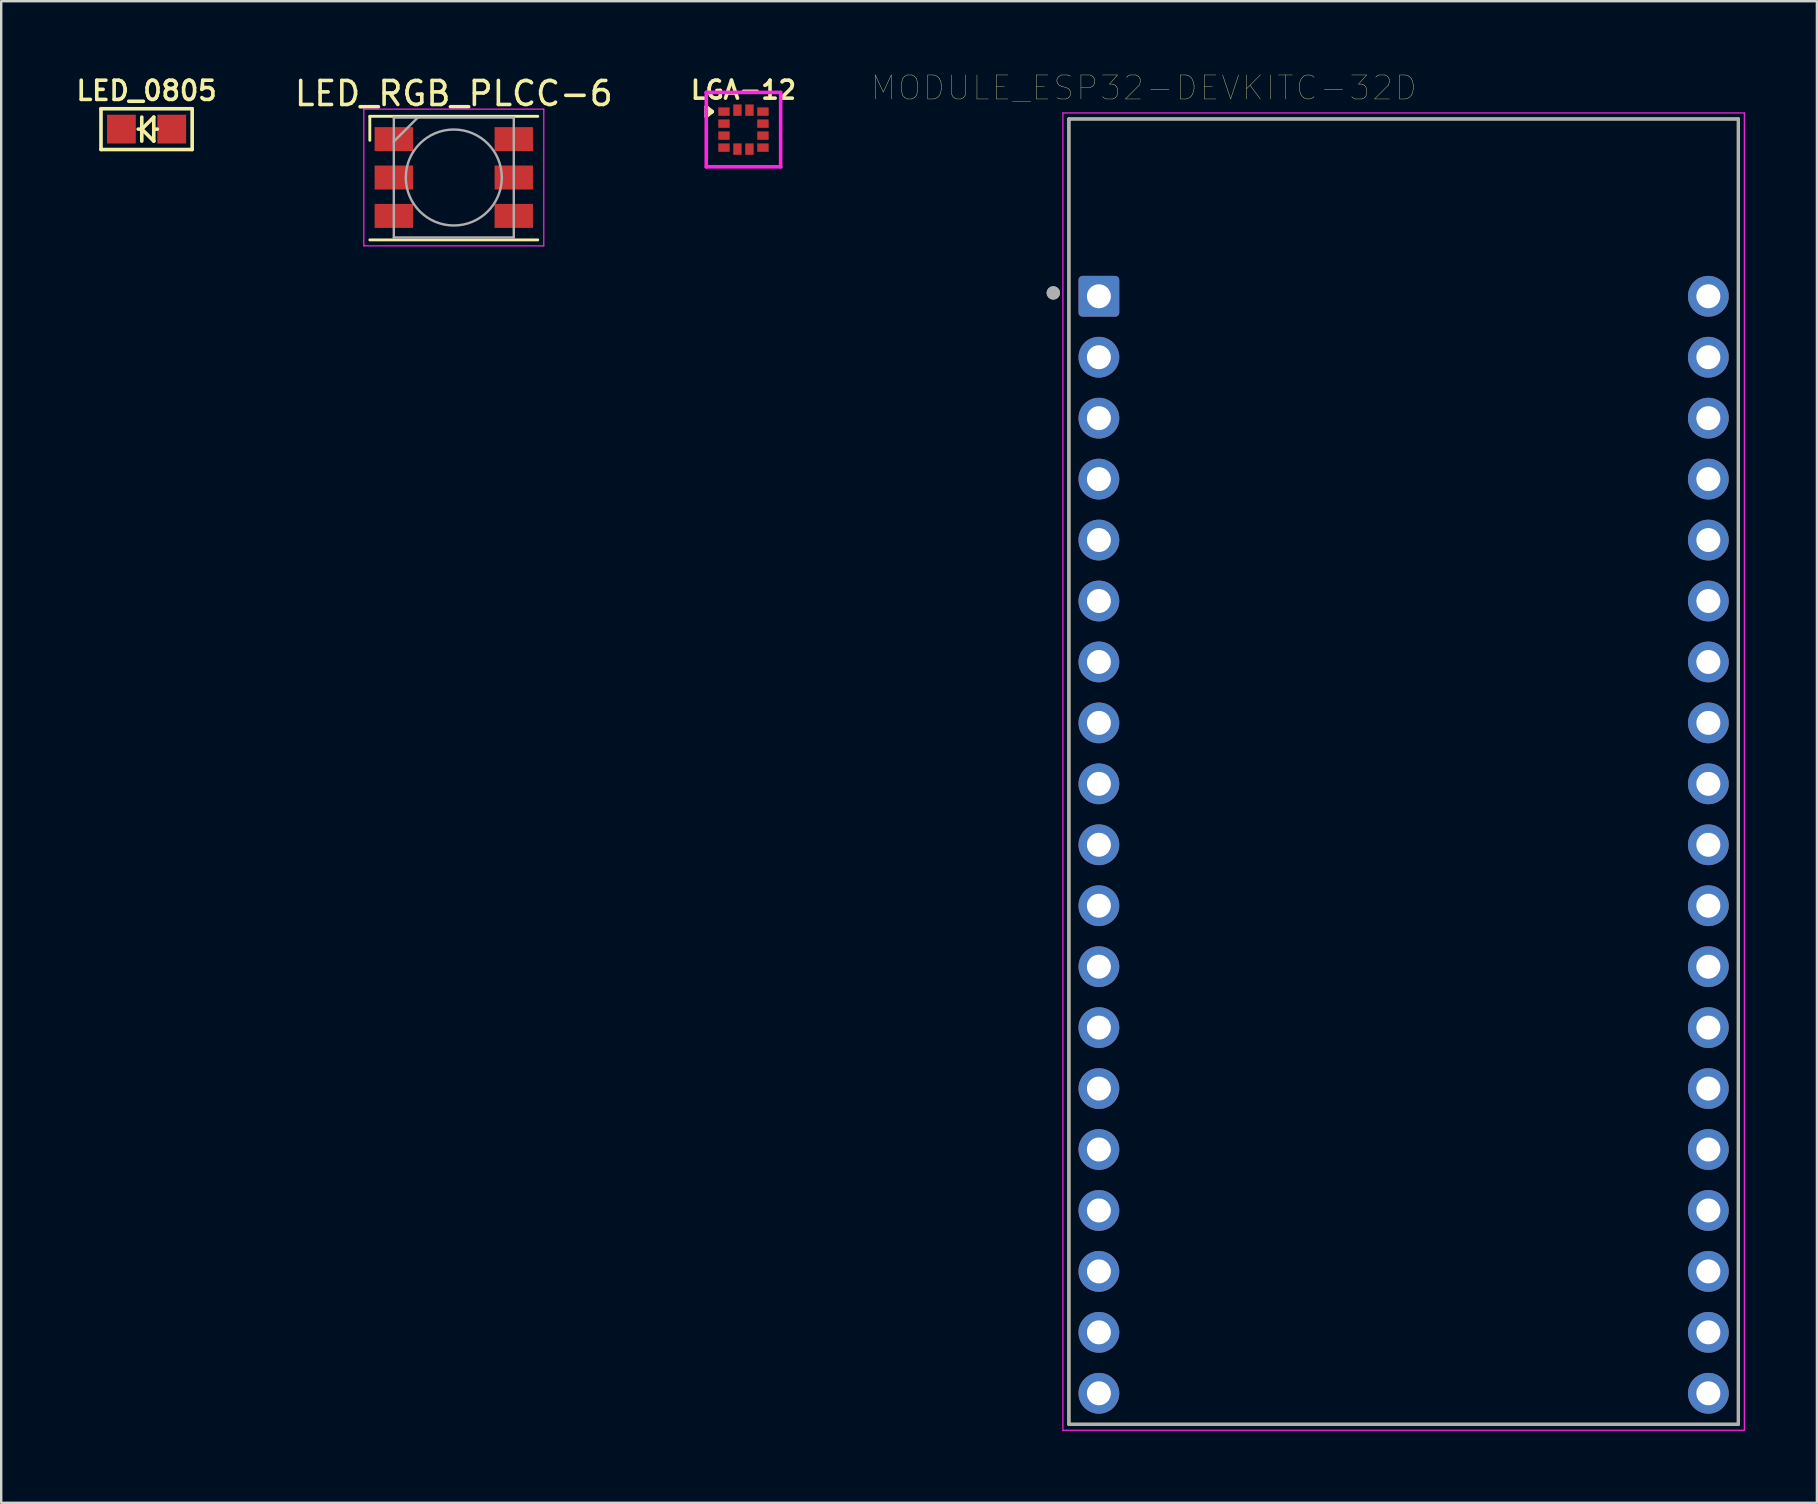
<source format=kicad_pcb>
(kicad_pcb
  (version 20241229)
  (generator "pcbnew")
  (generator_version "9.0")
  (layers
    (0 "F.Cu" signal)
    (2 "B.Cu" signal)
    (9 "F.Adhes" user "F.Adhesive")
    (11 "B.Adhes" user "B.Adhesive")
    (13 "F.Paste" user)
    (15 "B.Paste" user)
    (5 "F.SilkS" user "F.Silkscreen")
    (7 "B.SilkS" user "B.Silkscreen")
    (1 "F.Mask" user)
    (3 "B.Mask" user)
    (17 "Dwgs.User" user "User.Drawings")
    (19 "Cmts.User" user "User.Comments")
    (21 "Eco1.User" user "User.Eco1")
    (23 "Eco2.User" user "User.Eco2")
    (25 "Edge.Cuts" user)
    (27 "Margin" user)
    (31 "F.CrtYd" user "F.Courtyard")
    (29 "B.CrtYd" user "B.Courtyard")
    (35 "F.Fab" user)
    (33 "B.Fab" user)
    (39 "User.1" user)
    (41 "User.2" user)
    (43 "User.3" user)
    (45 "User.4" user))
  (footprint "LGA-12"
    (layer "F.Cu")
    (at 27.935 2.352)
    (property "Reference" "LGA-12" (at 0 -1.65 0) (layer "F.SilkS") (effects (font (size 0.75 0.75) (thickness 0.15))))
    (attr through_hole)
    (fp_line (start -1.55 -0.95) (end -1.3 -0.75) (stroke (width 0.15) (type solid)) (layer "F.SilkS"))
    (fp_line (start -1.55 -0.55) (end -1.55 -0.95) (stroke (width 0.15) (type solid)) (layer "F.SilkS"))
    (fp_line (start -1.3 -0.75) (end -1.55 -0.75) (stroke (width 0.15) (type solid)) (layer "F.SilkS"))
    (fp_line (start -1.3 -0.75) (end -1.55 -0.55) (stroke (width 0.15) (type solid)) (layer "F.SilkS"))
    (fp_line (start -1 -1) (end 1 -1) (stroke (width 0.05) (type solid)) (layer "Eco1.User"))
    (fp_line (start -1 1) (end -1 -1) (stroke (width 0.05) (type solid)) (layer "Eco1.User"))
    (fp_line (start 1 -1) (end 1 1) (stroke (width 0.05) (type solid)) (layer "Eco1.User"))
    (fp_line (start 1 1) (end -1 1) (stroke (width 0.05) (type solid)) (layer "Eco1.User"))
    (fp_line (start -1.55 -1.55) (end 1.55 -1.55) (stroke (width 0.15) (type solid)) (layer "F.CrtYd"))
    (fp_line (start -1.55 1.55) (end -1.55 -1.55) (stroke (width 0.15) (type solid)) (layer "F.CrtYd"))
    (fp_line (start 1.55 -1.55) (end 1.55 1.55) (stroke (width 0.15) (type solid)) (layer "F.CrtYd"))
    (fp_line (start 1.55 1.55) (end -1.55 1.55) (stroke (width 0.15) (type solid)) (layer "F.CrtYd"))
    (pad "1" smd rect (at -0.812 -0.75) (size 0.475 0.35) (layers "F.Cu" "F.Mask" "F.Paste"))
    (pad "2" smd rect (at -0.812 -0.25) (size 0.475 0.35) (layers "F.Cu" "F.Mask" "F.Paste"))
    (pad "3" smd rect (at -0.812 0.25) (size 0.475 0.35) (layers "F.Cu" "F.Mask" "F.Paste"))
    (pad "4" smd rect (at -0.812 0.75) (size 0.475 0.35) (layers "F.Cu" "F.Mask" "F.Paste"))
    (pad "5" smd rect (at -0.25 0.812) (size 0.35 0.475) (layers "F.Cu" "F.Mask" "F.Paste"))
    (pad "6" smd rect (at 0.25 0.812) (size 0.35 0.475) (layers "F.Cu" "F.Mask" "F.Paste"))
    (pad "7" smd rect (at 0.812 0.75) (size 0.475 0.35) (layers "F.Cu" "F.Mask" "F.Paste"))
    (pad "8" smd rect (at 0.812 0.25) (size 0.475 0.35) (layers "F.Cu" "F.Mask" "F.Paste"))
    (pad "9" smd rect (at 0.812 -0.25) (size 0.475 0.35) (layers "F.Cu" "F.Mask" "F.Paste"))
    (pad "10" smd rect (at 0.812 -0.75) (size 0.475 0.35) (layers "F.Cu" "F.Mask" "F.Paste"))
    (pad "11" smd rect (at 0.25 -0.812) (size 0.35 0.475) (layers "F.Cu" "F.Mask" "F.Paste"))
    (pad "12" smd rect (at -0.25 -0.812) (size 0.35 0.475) (layers "F.Cu" "F.Mask" "F.Paste")))
  (footprint "LED_0805"
    (layer "F.Cu")
    (at 3.059 2.331)
    (property "Reference" "LED_0805" (at 0 -1.6 0) (layer "F.SilkS") (effects (font (size 0.8 0.8) (thickness 0.15))))
    (attr smd)
    (fp_line (start -1.9 -0.85) (end -1.9 0.85) (stroke (width 0.15) (type solid)) (layer "F.SilkS"))
    (fp_line (start -1.9 0.85) (end 1.9 0.85) (stroke (width 0.15) (type solid)) (layer "F.SilkS"))
    (fp_line (start -0.2 0) (end -0.35 0) (stroke (width 0.15) (type solid)) (layer "F.SilkS"))
    (fp_line (start -0.2 0) (end 0.3 0.5) (stroke (width 0.15) (type solid)) (layer "F.SilkS"))
    (fp_line (start -0.2 0.5) (end -0.2 -0.5) (stroke (width 0.15) (type solid)) (layer "F.SilkS"))
    (fp_line (start 0.3 -0.5) (end -0.2 0) (stroke (width 0.15) (type solid)) (layer "F.SilkS"))
    (fp_line (start 0.3 0.5) (end 0.3 -0.5) (stroke (width 0.15) (type solid)) (layer "F.SilkS"))
    (fp_line (start 0.45 0) (end 0.3 0) (stroke (width 0.15) (type solid)) (layer "F.SilkS"))
    (fp_line (start 1.9 -0.85) (end -1.9 -0.85) (stroke (width 0.15) (type solid)) (layer "F.SilkS"))
    (fp_line (start 1.9 0.85) (end 1.9 -0.85) (stroke (width 0.15) (type solid)) (layer "F.SilkS"))
    (pad "1" smd rect (at 1.049 0) (size 1.199 1.199) (layers "F.Cu" "F.Mask" "F.Paste"))
    (pad "2" smd rect (at -1.049 0) (size 1.199 1.199) (layers "F.Cu" "F.Mask" "F.Paste")))
  (footprint "MODULE_ESP32-DEVKITC-32D"
    (layer "F.Cu")
    (at 55.448 29.058)
    (property "Reference" "MODULE_ESP32-DEVKITC-32D" (at -10.829 -28.446 0) (layer "F.SilkS") (effects (font (size 1 1) (thickness 0.015))))
    (attr through_hole)
    (fp_line (start -13.95 -27.15) (end 13.95 -27.15) (stroke (width 0.127) (type solid)) (layer "F.SilkS"))
    (fp_line (start -13.95 27.25) (end -13.95 -27.15) (stroke (width 0.127) (type solid)) (layer "F.SilkS"))
    (fp_line (start 13.95 -27.15) (end 13.95 27.25) (stroke (width 0.127) (type solid)) (layer "F.SilkS"))
    (fp_line (start 13.95 27.25) (end -13.95 27.25) (stroke (width 0.127) (type solid)) (layer "F.SilkS"))
    (fp_line (start -14.2 -27.4) (end 14.2 -27.4) (stroke (width 0.05) (type solid)) (layer "F.CrtYd"))
    (fp_line (start -14.2 27.5) (end -14.2 -27.4) (stroke (width 0.05) (type solid)) (layer "F.CrtYd"))
    (fp_line (start 14.2 -27.4) (end 14.2 27.5) (stroke (width 0.05) (type solid)) (layer "F.CrtYd"))
    (fp_line (start 14.2 27.5) (end -14.2 27.5) (stroke (width 0.05) (type solid)) (layer "F.CrtYd"))
    (fp_line (start -13.95 -27.15) (end 13.95 -27.15) (stroke (width 0.127) (type solid)) (layer "F.Fab"))
    (fp_line (start -13.95 27.25) (end -13.95 -27.15) (stroke (width 0.127) (type solid)) (layer "F.Fab"))
    (fp_line (start 13.95 -27.15) (end 13.95 27.25) (stroke (width 0.127) (type solid)) (layer "F.Fab"))
    (fp_line (start 13.95 27.25) (end -13.95 27.25) (stroke (width 0.127) (type solid)) (layer "F.Fab"))
    (fp_circle (center -14.6 -19.9) (end -14.46 -19.9) (stroke (width 0.28) (type solid)) (fill no) (layer "F.Fab"))
    (fp_circle (center -14.6 -19.9) (end -14.46 -19.9) (stroke (width 0.28) (type solid)) (fill no) (layer "F.Fab"))
    (pad "1" thru_hole roundrect (at -12.7 -19.76) (size 1.7 1.7) (drill 1) (layers "*.Cu" "*.Mask") (roundrect_rratio 0.1))
    (pad "2" thru_hole circle (at -12.7 -17.22) (size 1.7 1.7) (drill 1) (layers "*.Cu" "*.Mask"))
    (pad "3" thru_hole circle (at -12.7 -14.68) (size 1.7 1.7) (drill 1) (layers "*.Cu" "*.Mask"))
    (pad "4" thru_hole circle (at -12.7 -12.14) (size 1.7 1.7) (drill 1) (layers "*.Cu" "*.Mask"))
    (pad "5" thru_hole circle (at -12.7 -9.6) (size 1.7 1.7) (drill 1) (layers "*.Cu" "*.Mask"))
    (pad "6" thru_hole circle (at -12.7 -7.06) (size 1.7 1.7) (drill 1) (layers "*.Cu" "*.Mask"))
    (pad "7" thru_hole circle (at -12.7 -4.52) (size 1.7 1.7) (drill 1) (layers "*.Cu" "*.Mask"))
    (pad "8" thru_hole circle (at -12.7 -1.98) (size 1.7 1.7) (drill 1) (layers "*.Cu" "*.Mask"))
    (pad "9" thru_hole circle (at -12.7 0.56) (size 1.7 1.7) (drill 1) (layers "*.Cu" "*.Mask"))
    (pad "10" thru_hole circle (at -12.7 3.1) (size 1.7 1.7) (drill 1) (layers "*.Cu" "*.Mask"))
    (pad "11" thru_hole circle (at -12.7 5.64) (size 1.7 1.7) (drill 1) (layers "*.Cu" "*.Mask"))
    (pad "12" thru_hole circle (at -12.7 8.18) (size 1.7 1.7) (drill 1) (layers "*.Cu" "*.Mask"))
    (pad "13" thru_hole circle (at -12.7 10.72) (size 1.7 1.7) (drill 1) (layers "*.Cu" "*.Mask"))
    (pad "14" thru_hole circle (at -12.7 13.26) (size 1.7 1.7) (drill 1) (layers "*.Cu" "*.Mask"))
    (pad "15" thru_hole circle (at -12.7 15.8) (size 1.7 1.7) (drill 1) (layers "*.Cu" "*.Mask"))
    (pad "16" thru_hole circle (at -12.7 18.34) (size 1.7 1.7) (drill 1) (layers "*.Cu" "*.Mask"))
    (pad "17" thru_hole circle (at -12.7 20.88) (size 1.7 1.7) (drill 1) (layers "*.Cu" "*.Mask"))
    (pad "18" thru_hole circle (at -12.7 23.42) (size 1.7 1.7) (drill 1) (layers "*.Cu" "*.Mask"))
    (pad "19" thru_hole circle (at -12.7 25.96) (size 1.7 1.7) (drill 1) (layers "*.Cu" "*.Mask"))
    (pad "20" thru_hole circle (at 12.7 -19.76) (size 1.7 1.7) (drill 1) (layers "*.Cu" "*.Mask"))
    (pad "21" thru_hole circle (at 12.7 -17.22) (size 1.7 1.7) (drill 1) (layers "*.Cu" "*.Mask"))
    (pad "22" thru_hole circle (at 12.7 -14.68) (size 1.7 1.7) (drill 1) (layers "*.Cu" "*.Mask"))
    (pad "23" thru_hole circle (at 12.7 -12.14) (size 1.7 1.7) (drill 1) (layers "*.Cu" "*.Mask"))
    (pad "24" thru_hole circle (at 12.7 -9.6) (size 1.7 1.7) (drill 1) (layers "*.Cu" "*.Mask"))
    (pad "25" thru_hole circle (at 12.7 -7.06) (size 1.7 1.7) (drill 1) (layers "*.Cu" "*.Mask"))
    (pad "26" thru_hole circle (at 12.7 -4.52) (size 1.7 1.7) (drill 1) (layers "*.Cu" "*.Mask"))
    (pad "27" thru_hole circle (at 12.7 -1.98) (size 1.7 1.7) (drill 1) (layers "*.Cu" "*.Mask"))
    (pad "28" thru_hole circle (at 12.7 0.56) (size 1.7 1.7) (drill 1) (layers "*.Cu" "*.Mask"))
    (pad "29" thru_hole circle (at 12.7 3.1) (size 1.7 1.7) (drill 1) (layers "*.Cu" "*.Mask"))
    (pad "30" thru_hole circle (at 12.7 5.64) (size 1.7 1.7) (drill 1) (layers "*.Cu" "*.Mask"))
    (pad "31" thru_hole circle (at 12.7 8.18) (size 1.7 1.7) (drill 1) (layers "*.Cu" "*.Mask"))
    (pad "32" thru_hole circle (at 12.7 10.72) (size 1.7 1.7) (drill 1) (layers "*.Cu" "*.Mask"))
    (pad "33" thru_hole circle (at 12.7 13.26) (size 1.7 1.7) (drill 1) (layers "*.Cu" "*.Mask"))
    (pad "34" thru_hole circle (at 12.7 15.8) (size 1.7 1.7) (drill 1) (layers "*.Cu" "*.Mask"))
    (pad "35" thru_hole circle (at 12.7 18.34) (size 1.7 1.7) (drill 1) (layers "*.Cu" "*.Mask"))
    (pad "36" thru_hole circle (at 12.7 20.88) (size 1.7 1.7) (drill 1) (layers "*.Cu" "*.Mask"))
    (pad "37" thru_hole circle (at 12.7 23.42) (size 1.7 1.7) (drill 1) (layers "*.Cu" "*.Mask"))
    (pad "38" thru_hole circle (at 12.7 25.96) (size 1.7 1.7) (drill 1) (layers "*.Cu" "*.Mask")))
  (footprint "LED_RGB_PLCC-6"
    (layer "F.Cu")
    (at 15.863 4.348)
    (property "Reference" "LED_RGB_PLCC-6" (at 0 -3.5 0) (layer "F.SilkS") (effects (font (size 1 1) (thickness 0.15))))
    (attr smd)
    (fp_line (start -3.5 -2.55) (end 3.5 -2.55) (stroke (width 0.12) (type solid)) (layer "F.SilkS"))
    (fp_line (start -3.5 -1.55) (end -3.5 -2.55) (stroke (width 0.12) (type solid)) (layer "F.SilkS"))
    (fp_line (start -3.5 2.6) (end 3.5 2.6) (stroke (width 0.12) (type solid)) (layer "F.SilkS"))
    (fp_line (start -3.75 -2.85) (end -3.75 2.85) (stroke (width 0.05) (type solid)) (layer "F.CrtYd"))
    (fp_line (start -3.75 2.85) (end 3.75 2.85) (stroke (width 0.05) (type solid)) (layer "F.CrtYd"))
    (fp_line (start 3.75 -2.85) (end -3.75 -2.85) (stroke (width 0.05) (type solid)) (layer "F.CrtYd"))
    (fp_line (start 3.75 2.85) (end 3.75 -2.85) (stroke (width 0.05) (type solid)) (layer "F.CrtYd"))
    (fp_line (start -2.5 -2.5) (end 2.5 -2.5) (stroke (width 0.1) (type solid)) (layer "F.Fab"))
    (fp_line (start -2.5 -1.5) (end -1.5 -2.5) (stroke (width 0.1) (type solid)) (layer "F.Fab"))
    (fp_line (start -2.5 2.5) (end -2.5 -2.5) (stroke (width 0.1) (type solid)) (layer "F.Fab"))
    (fp_line (start 2.5 -2.5) (end 2.5 2.5) (stroke (width 0.1) (type solid)) (layer "F.Fab"))
    (fp_line (start 2.5 2.5) (end -2.5 2.5) (stroke (width 0.1) (type solid)) (layer "F.Fab"))
    (fp_circle (center 0 0) (end 0 -2) (stroke (width 0.1) (type solid)) (fill no) (layer "F.Fab"))
    (pad "1" smd rect (at -2.5 -1.6) (size 1.6 1) (layers "F.Cu" "F.Mask" "F.Paste"))
    (pad "2" smd rect (at -2.5 0) (size 1.6 1) (layers "F.Cu" "F.Mask" "F.Paste"))
    (pad "3" smd rect (at -2.5 1.6) (size 1.6 1) (layers "F.Cu" "F.Mask" "F.Paste"))
    (pad "4" smd rect (at 2.5 1.6) (size 1.6 1) (layers "F.Cu" "F.Mask" "F.Paste"))
    (pad "5" smd rect (at 2.5 0) (size 1.6 1) (layers "F.Cu" "F.Mask" "F.Paste"))
    (pad "6" smd rect (at 2.5 -1.6) (size 1.6 1) (layers "F.Cu" "F.Mask" "F.Paste")))
  (gr_rect
    (start -3 -3)
    (end 72.673 59.583)
    (stroke (width 0.1) (type default))
    (fill no)
    (layer "Edge.Cuts")))
</source>
